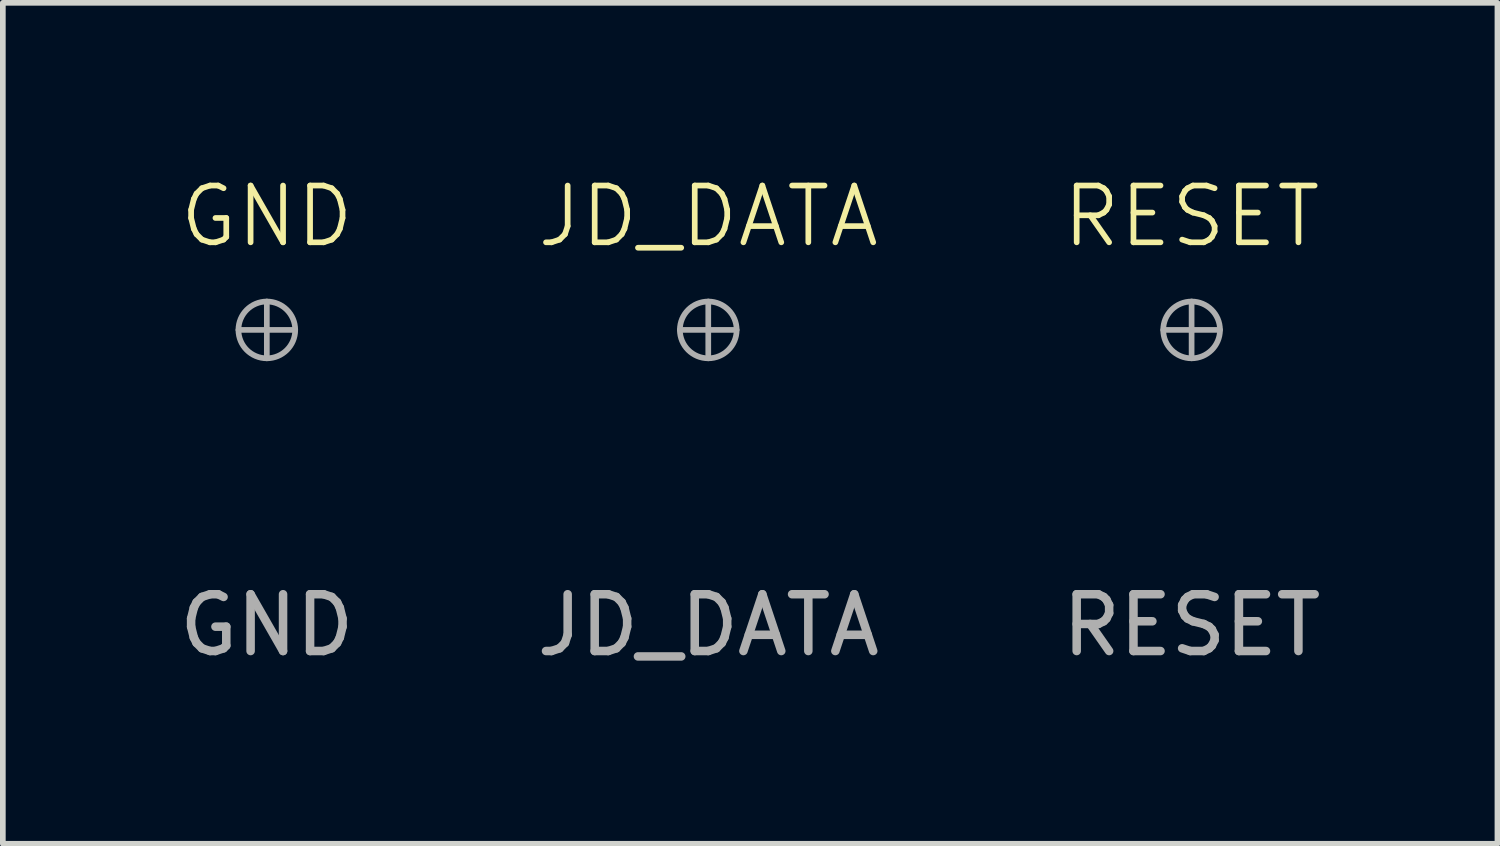
<source format=kicad_pcb>
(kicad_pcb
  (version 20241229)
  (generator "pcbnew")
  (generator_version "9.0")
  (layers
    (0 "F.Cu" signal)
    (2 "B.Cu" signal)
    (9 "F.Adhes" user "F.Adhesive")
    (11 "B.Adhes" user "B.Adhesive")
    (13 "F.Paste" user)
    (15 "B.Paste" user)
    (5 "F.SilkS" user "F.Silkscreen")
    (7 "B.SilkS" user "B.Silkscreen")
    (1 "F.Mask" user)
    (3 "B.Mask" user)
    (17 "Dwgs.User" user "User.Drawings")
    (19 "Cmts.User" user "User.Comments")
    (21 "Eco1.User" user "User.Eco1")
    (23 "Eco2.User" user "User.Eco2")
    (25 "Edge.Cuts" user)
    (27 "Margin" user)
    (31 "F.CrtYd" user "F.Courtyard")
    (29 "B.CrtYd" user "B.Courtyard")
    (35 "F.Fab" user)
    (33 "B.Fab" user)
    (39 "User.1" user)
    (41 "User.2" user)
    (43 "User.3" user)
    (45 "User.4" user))
  (footprint "GND"
    (layer "F.Cu")
    (at 1.649 2.76)
    (property "Reference" "GND" (at 0 -2 0) (unlocked yes) (layer "F.SilkS") (effects (font (size 1 1) (thickness 0.1))))
    (attr exclude_from_pos_files exclude_from_bom allow_missing_courtyard dnp)
    (fp_line (start -0.5 0) (end 0.5 0) (stroke (width 0.1) (type solid)) (layer "F.Fab"))
    (fp_line (start 0 -0.5) (end 0 0.5) (stroke (width 0.1) (type solid)) (layer "F.Fab"))
    (fp_circle (center 0 0) (end 0.5 0) (stroke (width 0.1) (type solid)) (fill no) (layer "F.Fab"))
    (fp_line (start 0 0) (end 0 0) (stroke (width 0.01) (type solid)) (layer "User.1"))
    (fp_line (start 0 0) (end 0 0) (stroke (width 0.011) (type solid)) (layer "User.1"))
    (fp_line (start 0 0) (end 0 0) (stroke (width 0.021) (type solid)) (layer "User.1"))
    (fp_line (start 0 0) (end 0 0) (stroke (width 0.031) (type solid)) (layer "User.1"))
    (fp_text user "${REFERENCE}" (at 0 5.2 0) (unlocked yes) (layer "F.Fab") (effects (font (size 1 1) (thickness 0.15))))
    (pad "1" smd circle (at 0 0) (size 0.125 0.125) (layers "F.Cu"))
    (zone (net_name "") (layers "F.Cu" "B.Cu") (hatch edge 0.5) (connect_pads) (min_thickness 0.25) (filled_areas_thickness no) (keepout (tracks allowed) (vias not_allowed) (pads allowed) (copperpour not_allowed) (footprints allowed)) (placement (enabled no)) (fill) (polygon (pts (xy 2.145 2.695) (xy 2.111 2.569) (xy 2.045 2.456) (xy 1.953 2.364) (xy 1.84 2.299) (xy 1.714 2.265) (xy 1.584 2.265) (xy 1.457 2.299) (xy 1.344 2.364) (xy 1.252 2.456) (xy 1.187 2.569) (xy 1.153 2.695) (xy 1.153 2.826) (xy 1.187 2.952) (xy 1.252 3.065) (xy 1.344 3.157) (xy 1.457 3.222) (xy 1.584 3.256) (xy 1.714 3.256) (xy 1.84 3.222) (xy 1.953 3.157) (xy 2.045 3.065) (xy 2.111 2.952) (xy 2.145 2.826)))))
  (footprint "JD_DATA"
    (layer "F.Cu")
    (at 9.423 2.76)
    (property "Reference" "JD_DATA" (at 0 -2 0) (unlocked yes) (layer "F.SilkS") (effects (font (size 1 1) (thickness 0.1))))
    (attr exclude_from_pos_files exclude_from_bom allow_missing_courtyard dnp)
    (fp_line (start -0.5 0) (end 0.5 0) (stroke (width 0.1) (type solid)) (layer "F.Fab"))
    (fp_line (start 0 -0.5) (end 0 0.5) (stroke (width 0.1) (type solid)) (layer "F.Fab"))
    (fp_circle (center 0 0) (end 0.5 0) (stroke (width 0.1) (type solid)) (fill no) (layer "F.Fab"))
    (fp_line (start 0 0) (end 0 0) (stroke (width 0.01) (type solid)) (layer "User.1"))
    (fp_line (start 0 0) (end 0 0) (stroke (width 0.011) (type solid)) (layer "User.1"))
    (fp_line (start 0 0) (end 0 0) (stroke (width 0.021) (type solid)) (layer "User.1"))
    (fp_line (start 0 0) (end 0 0) (stroke (width 0.031) (type solid)) (layer "User.1"))
    (fp_line (start 0 0) (end 0 0) (stroke (width 0.041) (type solid)) (layer "User.1"))
    (fp_line (start 0 0) (end 0 0) (stroke (width 0.051) (type solid)) (layer "User.1"))
    (fp_line (start 0 0) (end 0 0) (stroke (width 0.061) (type solid)) (layer "User.1"))
    (fp_line (start 0 0) (end 0 0) (stroke (width 0.071) (type solid)) (layer "User.1"))
    (fp_text user "${REFERENCE}" (at 0 5.2 0) (unlocked yes) (layer "F.Fab") (effects (font (size 1 1) (thickness 0.15))))
    (pad "1" smd circle (at 0 0) (size 0.125 0.125) (layers "F.Cu"))
    (zone (net_name "") (layers "F.Cu" "B.Cu") (hatch edge 0.5) (connect_pads) (min_thickness 0.25) (filled_areas_thickness no) (keepout (tracks allowed) (vias not_allowed) (pads allowed) (copperpour not_allowed) (footprints allowed)) (placement (enabled no)) (fill) (polygon (pts (xy 9.918 2.695) (xy 9.885 2.569) (xy 9.819 2.456) (xy 9.727 2.364) (xy 9.614 2.299) (xy 9.488 2.265) (xy 9.357 2.265) (xy 9.231 2.299) (xy 9.118 2.364) (xy 9.026 2.456) (xy 8.961 2.569) (xy 8.927 2.695) (xy 8.927 2.826) (xy 8.961 2.952) (xy 9.026 3.065) (xy 9.118 3.157) (xy 9.231 3.222) (xy 9.357 3.256) (xy 9.488 3.256) (xy 9.614 3.222) (xy 9.727 3.157) (xy 9.819 3.065) (xy 9.885 2.952) (xy 9.918 2.826)))))
  (footprint "RESET"
    (layer "F.Cu")
    (at 17.935 2.76)
    (property "Reference" "RESET" (at 0 -2 0) (unlocked yes) (layer "F.SilkS") (effects (font (size 1 1) (thickness 0.1))))
    (attr exclude_from_pos_files exclude_from_bom allow_missing_courtyard dnp)
    (fp_line (start -0.5 0) (end 0.5 0) (stroke (width 0.1) (type solid)) (layer "F.Fab"))
    (fp_line (start 0 -0.5) (end 0 0.5) (stroke (width 0.1) (type solid)) (layer "F.Fab"))
    (fp_circle (center 0 0) (end 0.5 0) (stroke (width 0.1) (type solid)) (fill no) (layer "F.Fab"))
    (fp_line (start 0 0) (end 0 0) (stroke (width 0.01) (type solid)) (layer "User.1"))
    (fp_line (start 0 0) (end 0 0) (stroke (width 0.011) (type solid)) (layer "User.1"))
    (fp_line (start 0 0) (end 0 0) (stroke (width 0.021) (type solid)) (layer "User.1"))
    (fp_line (start 0 0) (end 0 0) (stroke (width 0.031) (type solid)) (layer "User.1"))
    (fp_line (start 0 0) (end 0 0) (stroke (width 0.041) (type solid)) (layer "User.1"))
    (fp_line (start 0 0) (end 0 0) (stroke (width 0.051) (type solid)) (layer "User.1"))
    (fp_text user "${REFERENCE}" (at 0 5.2 0) (unlocked yes) (layer "F.Fab") (effects (font (size 1 1) (thickness 0.15))))
    (pad "1" smd circle (at 0 0) (size 0.125 0.125) (layers "F.Cu"))
    (zone (net_name "") (layers "F.Cu" "B.Cu") (hatch edge 0.5) (connect_pads) (min_thickness 0.25) (filled_areas_thickness no) (keepout (tracks allowed) (vias not_allowed) (pads allowed) (copperpour not_allowed) (footprints allowed)) (placement (enabled no)) (fill) (polygon (pts (xy 18.43 2.695) (xy 18.396 2.569) (xy 18.331 2.456) (xy 18.239 2.364) (xy 18.126 2.299) (xy 18 2.265) (xy 17.869 2.265) (xy 17.743 2.299) (xy 17.63 2.364) (xy 17.538 2.456) (xy 17.473 2.569) (xy 17.439 2.695) (xy 17.439 2.826) (xy 17.473 2.952) (xy 17.538 3.065) (xy 17.63 3.157) (xy 17.743 3.222) (xy 17.869 3.256) (xy 18 3.256) (xy 18.126 3.222) (xy 18.239 3.157) (xy 18.331 3.065) (xy 18.396 2.952) (xy 18.43 2.826)))))
  (gr_rect
    (start -3 -3)
    (end 23.321 11.809)
    (stroke (width 0.1) (type default))
    (fill no)
    (layer "Edge.Cuts")))
</source>
